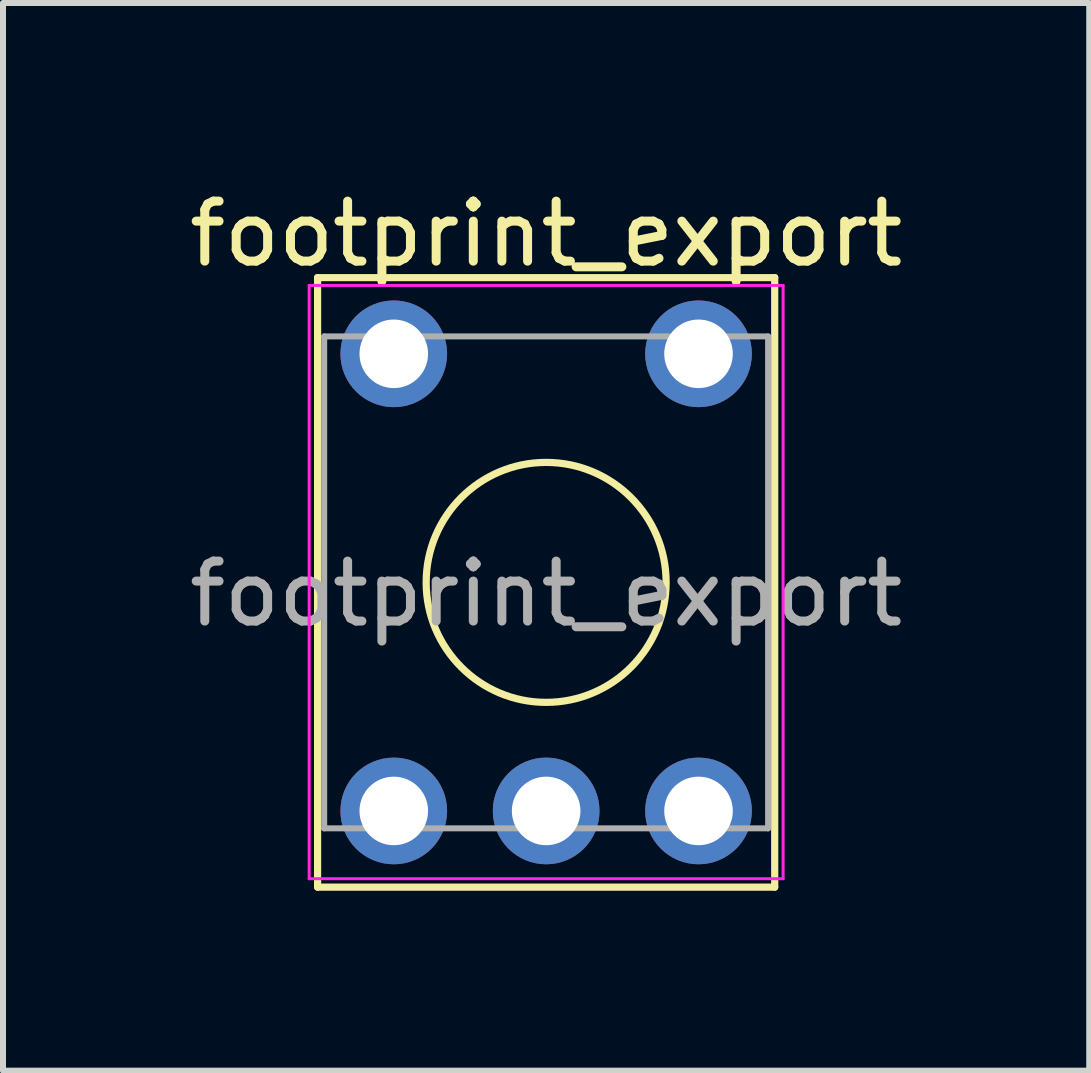
<source format=kicad_pcb>
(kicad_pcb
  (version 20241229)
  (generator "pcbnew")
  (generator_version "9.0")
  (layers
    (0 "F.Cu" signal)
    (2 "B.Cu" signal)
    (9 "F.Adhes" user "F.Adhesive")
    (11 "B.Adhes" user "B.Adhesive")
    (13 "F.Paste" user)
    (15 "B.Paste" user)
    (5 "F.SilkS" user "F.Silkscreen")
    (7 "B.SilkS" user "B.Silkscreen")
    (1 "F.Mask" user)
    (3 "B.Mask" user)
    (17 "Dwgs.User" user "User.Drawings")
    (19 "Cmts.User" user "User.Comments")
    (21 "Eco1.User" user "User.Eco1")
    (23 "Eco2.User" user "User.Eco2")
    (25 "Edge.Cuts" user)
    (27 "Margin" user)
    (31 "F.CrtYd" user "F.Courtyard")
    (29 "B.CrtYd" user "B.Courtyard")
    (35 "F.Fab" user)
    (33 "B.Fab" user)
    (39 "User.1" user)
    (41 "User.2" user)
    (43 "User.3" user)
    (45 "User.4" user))
  (footprint "footprint_export"
    (layer "F.Cu")
    (at 3.514 2.848)
    (property "Reference" "footprint_export" (at 2.54 -2 0) (layer "F.SilkS") (effects (font (size 1 1) (thickness 0.15))))
    (attr through_hole)
    (fp_line (start -1.27 -1.27) (end -1.27 8.89) (stroke (width 0.12) (type solid)) (layer "F.SilkS"))
    (fp_line (start -1.27 -1.27) (end 6.35 -1.27) (stroke (width 0.12) (type solid)) (layer "F.SilkS"))
    (fp_line (start -1.27 8.89) (end 6.35 8.89) (stroke (width 0.12) (type solid)) (layer "F.SilkS"))
    (fp_line (start 6.35 8.89) (end 6.35 -1.27) (stroke (width 0.12) (type solid)) (layer "F.SilkS"))
    (fp_circle (center 2.54 3.81) (end 0.54 3.81) (stroke (width 0.12) (type solid)) (fill no) (layer "F.SilkS"))
    (fp_line (start -1.41 -1.14) (end -1.41 8.75) (stroke (width 0.05) (type solid)) (layer "F.CrtYd"))
    (fp_line (start -1.41 -1.14) (end 6.49 -1.14) (stroke (width 0.05) (type solid)) (layer "F.CrtYd"))
    (fp_line (start 6.49 8.75) (end -1.41 8.75) (stroke (width 0.05) (type solid)) (layer "F.CrtYd"))
    (fp_line (start 6.49 8.75) (end 6.49 -1.14) (stroke (width 0.05) (type solid)) (layer "F.CrtYd"))
    (fp_line (start -1.16 7.91) (end -1.16 -0.29) (stroke (width 0.1) (type solid)) (layer "F.Fab"))
    (fp_line (start -1.16 7.91) (end 6.24 7.91) (stroke (width 0.1) (type solid)) (layer "F.Fab"))
    (fp_line (start 6.24 -0.29) (end -1.16 -0.29) (stroke (width 0.1) (type solid)) (layer "F.Fab"))
    (fp_line (start 6.24 7.91) (end 6.24 -0.29) (stroke (width 0.1) (type solid)) (layer "F.Fab"))
    (fp_text user "${REFERENCE}" (at 2.54 4 0) (layer "F.Fab") (effects (font (size 1 1) (thickness 0.15))))
    (pad "1" thru_hole circle (at 0 0) (size 1.778 1.778) (drill 1.143) (layers "*.Cu" "*.Mask"))
    (pad "2" thru_hole circle (at 5.08 0) (size 1.778 1.778) (drill 1.143) (layers "*.Cu" "*.Mask"))
    (pad "3" thru_hole circle (at 5.08 7.62) (size 1.778 1.778) (drill 1.143) (layers "*.Cu" "*.Mask"))
    (pad "4" thru_hole circle (at 2.54 7.62) (size 1.778 1.778) (drill 1.143) (layers "*.Cu" "*.Mask"))
    (pad "5" thru_hole circle (at 0 7.62) (size 1.778 1.778) (drill 1.143) (layers "*.Cu" "*.Mask")))
  (gr_rect
    (start -3 -3)
    (end 15.107 14.798)
    (stroke (width 0.1) (type default))
    (fill no)
    (layer "Edge.Cuts")))
</source>
